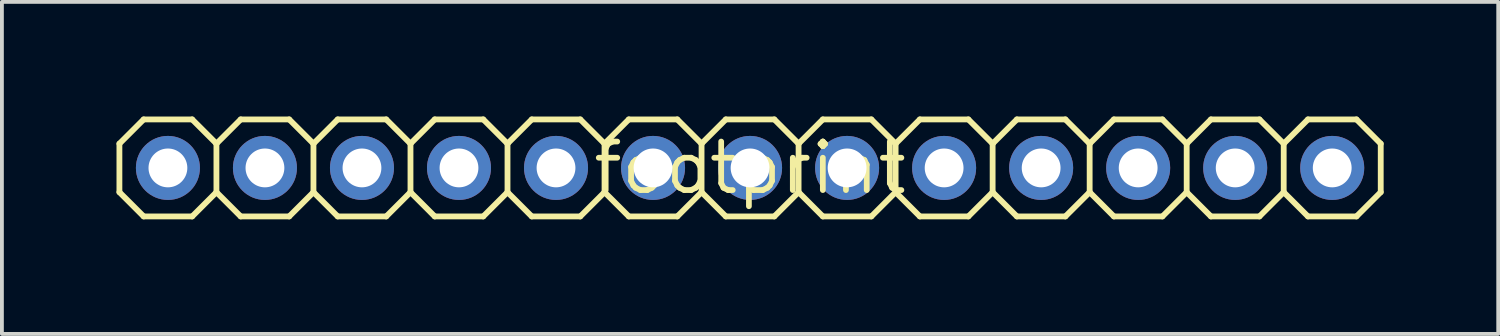
<source format=kicad_pcb>
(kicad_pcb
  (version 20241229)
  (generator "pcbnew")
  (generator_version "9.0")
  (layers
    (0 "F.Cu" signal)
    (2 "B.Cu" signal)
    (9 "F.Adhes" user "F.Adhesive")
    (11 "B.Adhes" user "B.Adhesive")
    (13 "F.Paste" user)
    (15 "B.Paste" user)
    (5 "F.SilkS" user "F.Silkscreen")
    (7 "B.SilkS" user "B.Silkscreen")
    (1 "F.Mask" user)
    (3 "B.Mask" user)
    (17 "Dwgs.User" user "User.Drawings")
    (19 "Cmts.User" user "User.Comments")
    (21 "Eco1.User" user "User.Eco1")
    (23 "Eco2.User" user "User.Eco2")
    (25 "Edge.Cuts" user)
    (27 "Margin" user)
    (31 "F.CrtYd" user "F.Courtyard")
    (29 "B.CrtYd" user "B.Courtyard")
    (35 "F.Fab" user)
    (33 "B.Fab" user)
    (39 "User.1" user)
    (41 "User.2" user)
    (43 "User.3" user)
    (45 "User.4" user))
  (footprint "footprint"
    (layer "F.Cu")
    (at 16.586 1.346)
    (property "Reference" "footprint" (at 0 0 0) (layer "F.SilkS") (effects (font (size 1.27 1.27) (thickness 0.15))))
    (fp_line (start -16.51 -0.635) (end -16.51 0.635) (stroke (width 0.152) (type solid)) (layer "F.SilkS"))
    (fp_line (start -16.51 0.635) (end -15.875 1.27) (stroke (width 0.152) (type solid)) (layer "F.SilkS"))
    (fp_line (start -15.875 -1.27) (end -16.51 -0.635) (stroke (width 0.152) (type solid)) (layer "F.SilkS"))
    (fp_line (start -15.875 -1.27) (end -14.605 -1.27) (stroke (width 0.152) (type solid)) (layer "F.SilkS"))
    (fp_line (start -14.605 -1.27) (end -13.97 -0.635) (stroke (width 0.152) (type solid)) (layer "F.SilkS"))
    (fp_line (start -14.605 1.27) (end -15.875 1.27) (stroke (width 0.152) (type solid)) (layer "F.SilkS"))
    (fp_line (start -13.97 -0.635) (end -13.97 0.635) (stroke (width 0.152) (type solid)) (layer "F.SilkS"))
    (fp_line (start -13.97 -0.635) (end -13.335 -1.27) (stroke (width 0.152) (type solid)) (layer "F.SilkS"))
    (fp_line (start -13.97 0.635) (end -14.605 1.27) (stroke (width 0.152) (type solid)) (layer "F.SilkS"))
    (fp_line (start -13.335 -1.27) (end -12.065 -1.27) (stroke (width 0.152) (type solid)) (layer "F.SilkS"))
    (fp_line (start -13.335 1.27) (end -13.97 0.635) (stroke (width 0.152) (type solid)) (layer "F.SilkS"))
    (fp_line (start -12.065 -1.27) (end -11.43 -0.635) (stroke (width 0.152) (type solid)) (layer "F.SilkS"))
    (fp_line (start -12.065 1.27) (end -13.335 1.27) (stroke (width 0.152) (type solid)) (layer "F.SilkS"))
    (fp_line (start -11.43 -0.635) (end -11.43 0.635) (stroke (width 0.152) (type solid)) (layer "F.SilkS"))
    (fp_line (start -11.43 -0.635) (end -10.795 -1.27) (stroke (width 0.152) (type solid)) (layer "F.SilkS"))
    (fp_line (start -11.43 0.635) (end -12.065 1.27) (stroke (width 0.152) (type solid)) (layer "F.SilkS"))
    (fp_line (start -10.795 -1.27) (end -9.525 -1.27) (stroke (width 0.152) (type solid)) (layer "F.SilkS"))
    (fp_line (start -10.795 1.27) (end -11.43 0.635) (stroke (width 0.152) (type solid)) (layer "F.SilkS"))
    (fp_line (start -9.525 -1.27) (end -8.89 -0.635) (stroke (width 0.152) (type solid)) (layer "F.SilkS"))
    (fp_line (start -9.525 1.27) (end -10.795 1.27) (stroke (width 0.152) (type solid)) (layer "F.SilkS"))
    (fp_line (start -8.89 -0.635) (end -8.89 0.635) (stroke (width 0.152) (type solid)) (layer "F.SilkS"))
    (fp_line (start -8.89 0.635) (end -9.525 1.27) (stroke (width 0.152) (type solid)) (layer "F.SilkS"))
    (fp_line (start -8.89 0.635) (end -8.255 1.27) (stroke (width 0.152) (type solid)) (layer "F.SilkS"))
    (fp_line (start -8.255 -1.27) (end -8.89 -0.635) (stroke (width 0.152) (type solid)) (layer "F.SilkS"))
    (fp_line (start -8.255 -1.27) (end -6.985 -1.27) (stroke (width 0.152) (type solid)) (layer "F.SilkS"))
    (fp_line (start -6.985 -1.27) (end -6.35 -0.635) (stroke (width 0.152) (type solid)) (layer "F.SilkS"))
    (fp_line (start -6.985 1.27) (end -8.255 1.27) (stroke (width 0.152) (type solid)) (layer "F.SilkS"))
    (fp_line (start -6.35 -0.635) (end -6.35 0.635) (stroke (width 0.152) (type solid)) (layer "F.SilkS"))
    (fp_line (start -6.35 -0.635) (end -5.715 -1.27) (stroke (width 0.152) (type solid)) (layer "F.SilkS"))
    (fp_line (start -6.35 0.635) (end -6.985 1.27) (stroke (width 0.152) (type solid)) (layer "F.SilkS"))
    (fp_line (start -5.715 -1.27) (end -4.445 -1.27) (stroke (width 0.152) (type solid)) (layer "F.SilkS"))
    (fp_line (start -5.715 1.27) (end -6.35 0.635) (stroke (width 0.152) (type solid)) (layer "F.SilkS"))
    (fp_line (start -4.445 -1.27) (end -3.81 -0.635) (stroke (width 0.152) (type solid)) (layer "F.SilkS"))
    (fp_line (start -4.445 1.27) (end -5.715 1.27) (stroke (width 0.152) (type solid)) (layer "F.SilkS"))
    (fp_line (start -3.81 -0.635) (end -3.81 0.635) (stroke (width 0.152) (type solid)) (layer "F.SilkS"))
    (fp_line (start -3.81 -0.635) (end -3.175 -1.27) (stroke (width 0.152) (type solid)) (layer "F.SilkS"))
    (fp_line (start -3.81 0.635) (end -4.445 1.27) (stroke (width 0.152) (type solid)) (layer "F.SilkS"))
    (fp_line (start -3.175 -1.27) (end -1.905 -1.27) (stroke (width 0.152) (type solid)) (layer "F.SilkS"))
    (fp_line (start -3.175 1.27) (end -3.81 0.635) (stroke (width 0.152) (type solid)) (layer "F.SilkS"))
    (fp_line (start -1.905 -1.27) (end -1.27 -0.635) (stroke (width 0.152) (type solid)) (layer "F.SilkS"))
    (fp_line (start -1.905 1.27) (end -3.175 1.27) (stroke (width 0.152) (type solid)) (layer "F.SilkS"))
    (fp_line (start -1.27 -0.635) (end -1.27 0.635) (stroke (width 0.152) (type solid)) (layer "F.SilkS"))
    (fp_line (start -1.27 0.635) (end -1.905 1.27) (stroke (width 0.152) (type solid)) (layer "F.SilkS"))
    (fp_line (start -1.27 0.635) (end -0.635 1.27) (stroke (width 0.152) (type solid)) (layer "F.SilkS"))
    (fp_line (start -0.635 -1.27) (end -1.27 -0.635) (stroke (width 0.152) (type solid)) (layer "F.SilkS"))
    (fp_line (start -0.635 -1.27) (end 0.635 -1.27) (stroke (width 0.152) (type solid)) (layer "F.SilkS"))
    (fp_line (start 0.635 -1.27) (end 1.27 -0.635) (stroke (width 0.152) (type solid)) (layer "F.SilkS"))
    (fp_line (start 0.635 1.27) (end -0.635 1.27) (stroke (width 0.152) (type solid)) (layer "F.SilkS"))
    (fp_line (start 1.27 -0.635) (end 1.27 0.635) (stroke (width 0.152) (type solid)) (layer "F.SilkS"))
    (fp_line (start 1.27 -0.635) (end 1.905 -1.27) (stroke (width 0.152) (type solid)) (layer "F.SilkS"))
    (fp_line (start 1.27 0.635) (end 0.635 1.27) (stroke (width 0.152) (type solid)) (layer "F.SilkS"))
    (fp_line (start 1.905 -1.27) (end 3.175 -1.27) (stroke (width 0.152) (type solid)) (layer "F.SilkS"))
    (fp_line (start 1.905 1.27) (end 1.27 0.635) (stroke (width 0.152) (type solid)) (layer "F.SilkS"))
    (fp_line (start 3.175 -1.27) (end 3.81 -0.635) (stroke (width 0.152) (type solid)) (layer "F.SilkS"))
    (fp_line (start 3.175 1.27) (end 1.905 1.27) (stroke (width 0.152) (type solid)) (layer "F.SilkS"))
    (fp_line (start 3.81 -0.635) (end 3.81 0.635) (stroke (width 0.152) (type solid)) (layer "F.SilkS"))
    (fp_line (start 3.81 -0.635) (end 4.445 -1.27) (stroke (width 0.152) (type solid)) (layer "F.SilkS"))
    (fp_line (start 3.81 0.635) (end 3.175 1.27) (stroke (width 0.152) (type solid)) (layer "F.SilkS"))
    (fp_line (start 4.445 -1.27) (end 5.715 -1.27) (stroke (width 0.152) (type solid)) (layer "F.SilkS"))
    (fp_line (start 4.445 1.27) (end 3.81 0.635) (stroke (width 0.152) (type solid)) (layer "F.SilkS"))
    (fp_line (start 5.715 -1.27) (end 6.35 -0.635) (stroke (width 0.152) (type solid)) (layer "F.SilkS"))
    (fp_line (start 5.715 1.27) (end 4.445 1.27) (stroke (width 0.152) (type solid)) (layer "F.SilkS"))
    (fp_line (start 6.35 -0.635) (end 6.35 0.635) (stroke (width 0.152) (type solid)) (layer "F.SilkS"))
    (fp_line (start 6.35 0.635) (end 5.715 1.27) (stroke (width 0.152) (type solid)) (layer "F.SilkS"))
    (fp_line (start 6.35 0.635) (end 6.985 1.27) (stroke (width 0.152) (type solid)) (layer "F.SilkS"))
    (fp_line (start 6.985 -1.27) (end 6.35 -0.635) (stroke (width 0.152) (type solid)) (layer "F.SilkS"))
    (fp_line (start 6.985 -1.27) (end 8.255 -1.27) (stroke (width 0.152) (type solid)) (layer "F.SilkS"))
    (fp_line (start 8.255 -1.27) (end 8.89 -0.635) (stroke (width 0.152) (type solid)) (layer "F.SilkS"))
    (fp_line (start 8.255 1.27) (end 6.985 1.27) (stroke (width 0.152) (type solid)) (layer "F.SilkS"))
    (fp_line (start 8.89 -0.635) (end 8.89 0.635) (stroke (width 0.152) (type solid)) (layer "F.SilkS"))
    (fp_line (start 8.89 -0.635) (end 9.525 -1.27) (stroke (width 0.152) (type solid)) (layer "F.SilkS"))
    (fp_line (start 8.89 0.635) (end 8.255 1.27) (stroke (width 0.152) (type solid)) (layer "F.SilkS"))
    (fp_line (start 9.525 -1.27) (end 10.795 -1.27) (stroke (width 0.152) (type solid)) (layer "F.SilkS"))
    (fp_line (start 9.525 1.27) (end 8.89 0.635) (stroke (width 0.152) (type solid)) (layer "F.SilkS"))
    (fp_line (start 10.795 -1.27) (end 11.43 -0.635) (stroke (width 0.152) (type solid)) (layer "F.SilkS"))
    (fp_line (start 10.795 1.27) (end 9.525 1.27) (stroke (width 0.152) (type solid)) (layer "F.SilkS"))
    (fp_line (start 11.43 -0.635) (end 11.43 0.635) (stroke (width 0.152) (type solid)) (layer "F.SilkS"))
    (fp_line (start 11.43 -0.635) (end 12.065 -1.27) (stroke (width 0.152) (type solid)) (layer "F.SilkS"))
    (fp_line (start 11.43 0.635) (end 10.795 1.27) (stroke (width 0.152) (type solid)) (layer "F.SilkS"))
    (fp_line (start 12.065 -1.27) (end 13.335 -1.27) (stroke (width 0.152) (type solid)) (layer "F.SilkS"))
    (fp_line (start 12.065 1.27) (end 11.43 0.635) (stroke (width 0.152) (type solid)) (layer "F.SilkS"))
    (fp_line (start 13.335 -1.27) (end 13.97 -0.635) (stroke (width 0.152) (type solid)) (layer "F.SilkS"))
    (fp_line (start 13.335 1.27) (end 12.065 1.27) (stroke (width 0.152) (type solid)) (layer "F.SilkS"))
    (fp_line (start 13.97 -0.635) (end 13.97 0.635) (stroke (width 0.152) (type solid)) (layer "F.SilkS"))
    (fp_line (start 13.97 -0.635) (end 14.605 -1.27) (stroke (width 0.152) (type solid)) (layer "F.SilkS"))
    (fp_line (start 13.97 0.635) (end 13.335 1.27) (stroke (width 0.152) (type solid)) (layer "F.SilkS"))
    (fp_line (start 14.605 -1.27) (end 15.875 -1.27) (stroke (width 0.152) (type solid)) (layer "F.SilkS"))
    (fp_line (start 14.605 1.27) (end 13.97 0.635) (stroke (width 0.152) (type solid)) (layer "F.SilkS"))
    (fp_line (start 15.875 -1.27) (end 16.51 -0.635) (stroke (width 0.152) (type solid)) (layer "F.SilkS"))
    (fp_line (start 15.875 1.27) (end 14.605 1.27) (stroke (width 0.152) (type solid)) (layer "F.SilkS"))
    (fp_line (start 16.51 -0.635) (end 16.51 0.635) (stroke (width 0.152) (type solid)) (layer "F.SilkS"))
    (fp_line (start 16.51 0.635) (end 15.875 1.27) (stroke (width 0.152) (type solid)) (layer "F.SilkS"))
    (fp_poly (pts (xy -15.494 0.254) (xy -14.986 0.254) (xy -14.986 -0.254) (xy -15.494 -0.254)) (stroke (width 0.1) (type solid)) (fill no) (layer "F.Fab"))
    (fp_poly (pts (xy -12.954 0.254) (xy -12.446 0.254) (xy -12.446 -0.254) (xy -12.954 -0.254)) (stroke (width 0.1) (type solid)) (fill no) (layer "F.Fab"))
    (fp_poly (pts (xy -10.414 0.254) (xy -9.906 0.254) (xy -9.906 -0.254) (xy -10.414 -0.254)) (stroke (width 0.1) (type solid)) (fill no) (layer "F.Fab"))
    (fp_poly (pts (xy -7.874 0.254) (xy -7.366 0.254) (xy -7.366 -0.254) (xy -7.874 -0.254)) (stroke (width 0.1) (type solid)) (fill no) (layer "F.Fab"))
    (fp_poly (pts (xy -5.334 0.254) (xy -4.826 0.254) (xy -4.826 -0.254) (xy -5.334 -0.254)) (stroke (width 0.1) (type solid)) (fill no) (layer "F.Fab"))
    (fp_poly (pts (xy -2.794 0.254) (xy -2.286 0.254) (xy -2.286 -0.254) (xy -2.794 -0.254)) (stroke (width 0.1) (type solid)) (fill no) (layer "F.Fab"))
    (fp_poly (pts (xy -0.254 0.254) (xy 0.254 0.254) (xy 0.254 -0.254) (xy -0.254 -0.254)) (stroke (width 0.1) (type solid)) (fill no) (layer "F.Fab"))
    (fp_poly (pts (xy 2.286 0.254) (xy 2.794 0.254) (xy 2.794 -0.254) (xy 2.286 -0.254)) (stroke (width 0.1) (type solid)) (fill no) (layer "F.Fab"))
    (fp_poly (pts (xy 4.826 0.254) (xy 5.334 0.254) (xy 5.334 -0.254) (xy 4.826 -0.254)) (stroke (width 0.1) (type solid)) (fill no) (layer "F.Fab"))
    (fp_poly (pts (xy 7.366 0.254) (xy 7.874 0.254) (xy 7.874 -0.254) (xy 7.366 -0.254)) (stroke (width 0.1) (type solid)) (fill no) (layer "F.Fab"))
    (fp_poly (pts (xy 9.906 0.254) (xy 10.414 0.254) (xy 10.414 -0.254) (xy 9.906 -0.254)) (stroke (width 0.1) (type solid)) (fill no) (layer "F.Fab"))
    (fp_poly (pts (xy 12.446 0.254) (xy 12.954 0.254) (xy 12.954 -0.254) (xy 12.446 -0.254)) (stroke (width 0.1) (type solid)) (fill no) (layer "F.Fab"))
    (fp_poly (pts (xy 14.986 0.254) (xy 15.494 0.254) (xy 15.494 -0.254) (xy 14.986 -0.254)) (stroke (width 0.1) (type solid)) (fill no) (layer "F.Fab"))
    (pad "1" thru_hole circle (at -15.24 0 90) (size 1.676 1.676) (drill 1.016) (layers "*.Cu" "*.Mask"))
    (pad "2" thru_hole circle (at -12.7 0 90) (size 1.676 1.676) (drill 1.016) (layers "*.Cu" "*.Mask"))
    (pad "3" thru_hole circle (at -10.16 0 90) (size 1.676 1.676) (drill 1.016) (layers "*.Cu" "*.Mask"))
    (pad "4" thru_hole circle (at -7.62 0 90) (size 1.676 1.676) (drill 1.016) (layers "*.Cu" "*.Mask"))
    (pad "5" thru_hole circle (at -5.08 0 90) (size 1.676 1.676) (drill 1.016) (layers "*.Cu" "*.Mask"))
    (pad "6" thru_hole circle (at -2.54 0 90) (size 1.676 1.676) (drill 1.016) (layers "*.Cu" "*.Mask"))
    (pad "7" thru_hole circle (at 0 0 90) (size 1.676 1.676) (drill 1.016) (layers "*.Cu" "*.Mask"))
    (pad "8" thru_hole circle (at 2.54 0 90) (size 1.676 1.676) (drill 1.016) (layers "*.Cu" "*.Mask"))
    (pad "9" thru_hole circle (at 5.08 0 90) (size 1.676 1.676) (drill 1.016) (layers "*.Cu" "*.Mask"))
    (pad "10" thru_hole circle (at 7.62 0 90) (size 1.676 1.676) (drill 1.016) (layers "*.Cu" "*.Mask"))
    (pad "11" thru_hole circle (at 10.16 0 90) (size 1.676 1.676) (drill 1.016) (layers "*.Cu" "*.Mask"))
    (pad "12" thru_hole circle (at 12.7 0 90) (size 1.676 1.676) (drill 1.016) (layers "*.Cu" "*.Mask"))
    (pad "13" thru_hole circle (at 15.24 0 90) (size 1.676 1.676) (drill 1.016) (layers "*.Cu" "*.Mask")))
  (gr_rect
    (start -3 -3)
    (end 36.172 5.692)
    (stroke (width 0.1) (type default))
    (fill no)
    (layer "Edge.Cuts")))
</source>
